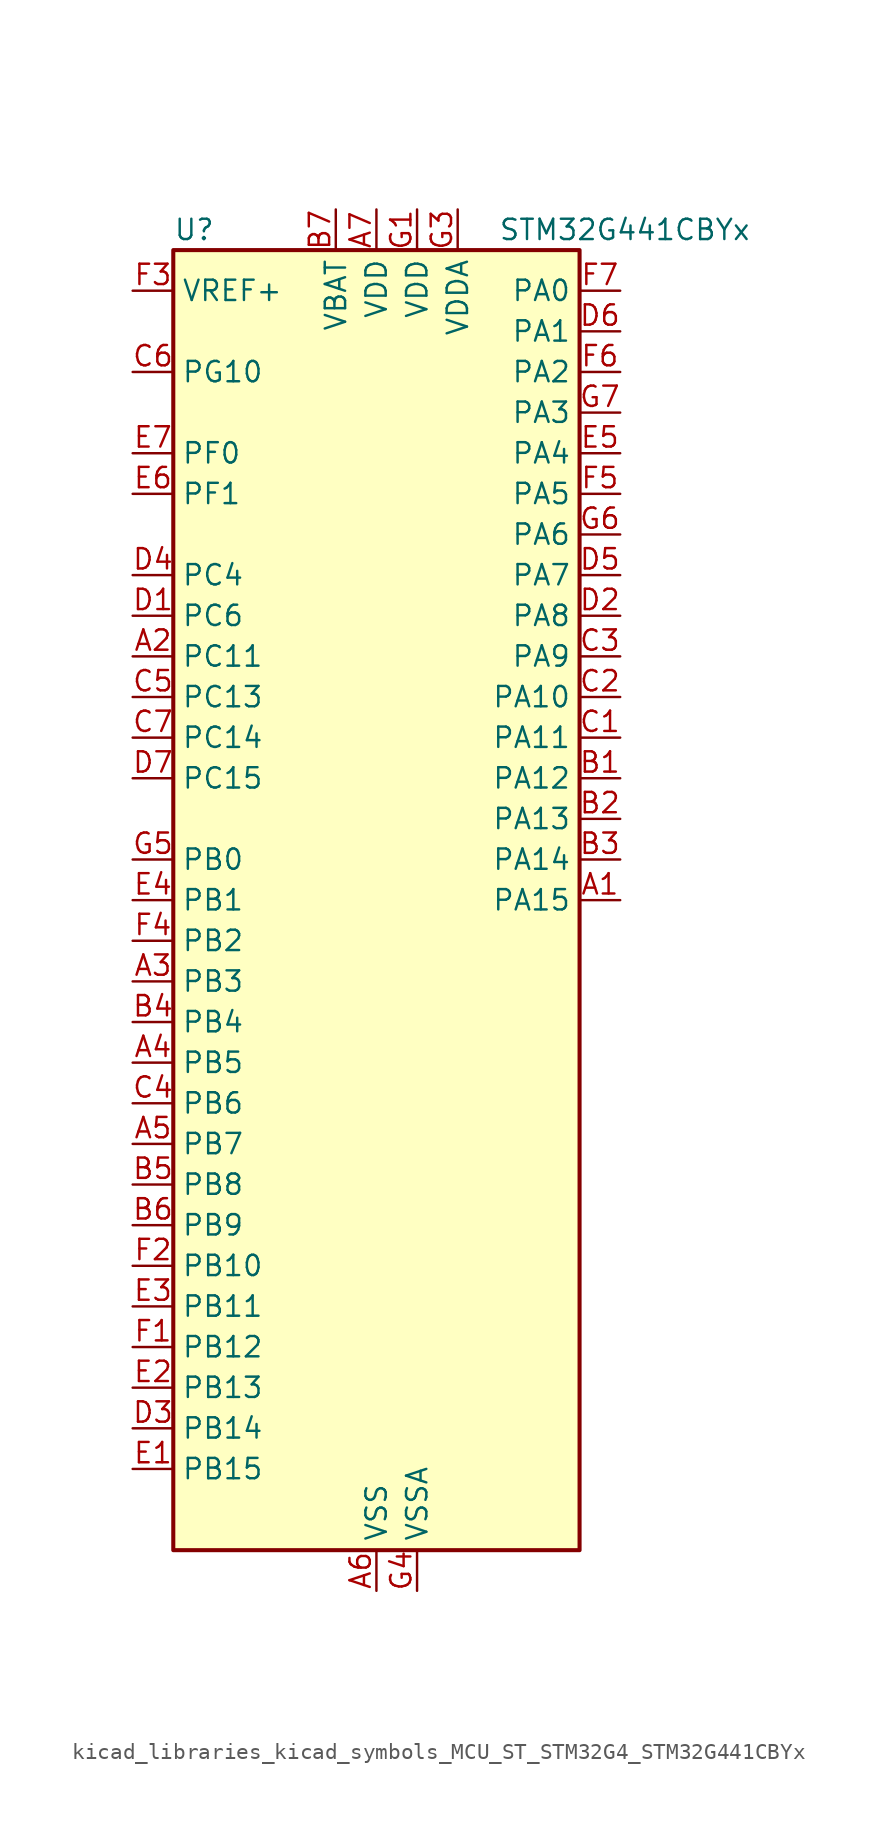
<source format=kicad_sym>
(kicad_symbol_lib
  (version 20220914)
  (generator kicad_symbol_editor)
  (symbol "kicad_libraries_kicad_symbols_MCU_ST_STM32G4_STM32G441CBYx"
    (property "Reference" "U"
      (at -12.7 41.91 0)
      (effects (font (size 1.27 1.27)) (justify left)))
    (property "Value" "STM32G441CBYx"
      (at 7.62 41.91 0)
      (effects (font (size 1.27 1.27)) (justify left)))
    (property "ki_locked" ""
      (at 0 0 0)
      (effects (font (size 1.27 1.27))))
    (symbol "kicad_libraries_kicad_symbols_MCU_ST_STM32G4_STM32G441CBYx_0_1"
      (rectangle (start -12.7 -40.64) (end 12.7 40.64) (stroke (width 0.254) (type default)) (fill (type background))))
    (symbol "kicad_libraries_kicad_symbols_MCU_ST_STM32G4_STM32G441CBYx_1_1"
      (pin bidirectional line (at 15.24 0 180) (length 2.54) (name "PA15" (effects (font (size 1.27 1.27)))) (number "A1" (effects (font (size 1.27 1.27)))) (alternate "ADC1_EXTI15" bidirectional line) (alternate "ADC2_EXTI15" bidirectional line) (alternate "I2C1_SCL" bidirectional line) (alternate "I2S3_WS" bidirectional line) (alternate "SPI1_NSS" bidirectional line) (alternate "SPI3_NSS" bidirectional line) (alternate "SYS_JTDI" bidirectional line) (alternate "TIM1_BKIN" bidirectional line) (alternate "TIM2_CH1" bidirectional line) (alternate "TIM2_ETR" bidirectional line) (alternate "TIM8_CH1" bidirectional line) (alternate "USART2_RX" bidirectional line))
      (pin bidirectional line (at -15.24 15.24 0) (length 2.54) (name "PC11" (effects (font (size 1.27 1.27)))) (number "A2" (effects (font (size 1.27 1.27)))) (alternate "ADC1_EXTI11" bidirectional line) (alternate "ADC2_EXTI11" bidirectional line) (alternate "I2C3_SDA" bidirectional line) (alternate "SPI3_MISO" bidirectional line) (alternate "TIM8_CH2N" bidirectional line) (alternate "USART3_RX" bidirectional line))
      (pin bidirectional line (at -15.24 -5.08 0) (length 2.54) (name "PB3" (effects (font (size 1.27 1.27)))) (number "A3" (effects (font (size 1.27 1.27)))) (alternate "CRS_SYNC" bidirectional line) (alternate "I2S3_CK" bidirectional line) (alternate "SAI1_SCK_B" bidirectional line) (alternate "SPI1_SCK" bidirectional line) (alternate "SPI3_SCK" bidirectional line) (alternate "SYS_JTDO-SWO" bidirectional line) (alternate "TIM2_CH2" bidirectional line) (alternate "TIM3_ETR" bidirectional line) (alternate "TIM4_ETR" bidirectional line) (alternate "TIM8_CH1N" bidirectional line) (alternate "USART2_TX" bidirectional line))
      (pin bidirectional line (at -15.24 -10.16 0) (length 2.54) (name "PB5" (effects (font (size 1.27 1.27)))) (number "A4" (effects (font (size 1.27 1.27)))) (alternate "I2C1_SMBA" bidirectional line) (alternate "I2C3_SDA" bidirectional line) (alternate "I2S3_SD" bidirectional line) (alternate "LPTIM1_IN1" bidirectional line) (alternate "SAI1_SD_B" bidirectional line) (alternate "SPI1_MOSI" bidirectional line) (alternate "SPI3_MOSI" bidirectional line) (alternate "TIM16_BKIN" bidirectional line) (alternate "TIM17_CH1" bidirectional line) (alternate "TIM3_CH2" bidirectional line) (alternate "TIM8_CH3N" bidirectional line) (alternate "USART2_CK" bidirectional line))
      (pin bidirectional line (at -15.24 -15.24 0) (length 2.54) (name "PB7" (effects (font (size 1.27 1.27)))) (number "A5" (effects (font (size 1.27 1.27)))) (alternate "COMP3_OUT" bidirectional line) (alternate "I2C1_SDA" bidirectional line) (alternate "LPTIM1_IN2" bidirectional line) (alternate "SYS_PVD_IN" bidirectional line) (alternate "TIM17_CH1N" bidirectional line) (alternate "TIM3_CH4" bidirectional line) (alternate "TIM4_CH2" bidirectional line) (alternate "TIM8_BKIN" bidirectional line) (alternate "USART1_RX" bidirectional line))
      (pin power_in line (at 0 -43.18 90) (length 2.54) (name "VSS" (effects (font (size 1.27 1.27)))) (number "A6" (effects (font (size 1.27 1.27)))))
      (pin power_in line (at 0 43.18 270) (length 2.54) (name "VDD" (effects (font (size 1.27 1.27)))) (number "A7" (effects (font (size 1.27 1.27)))))
      (pin bidirectional line (at 15.24 7.62 180) (length 2.54) (name "PA12" (effects (font (size 1.27 1.27)))) (number "B1" (effects (font (size 1.27 1.27)))) (alternate "COMP2_OUT" bidirectional line) (alternate "FDCAN1_TX" bidirectional line) (alternate "I2S_CKIN" bidirectional line) (alternate "TIM16_CH1" bidirectional line) (alternate "TIM1_CH2N" bidirectional line) (alternate "TIM1_ETR" bidirectional line) (alternate "TIM4_CH2" bidirectional line) (alternate "USART1_DE" bidirectional line) (alternate "USART1_RTS" bidirectional line) (alternate "USB_DP" bidirectional line))
      (pin bidirectional line (at 15.24 5.08 180) (length 2.54) (name "PA13" (effects (font (size 1.27 1.27)))) (number "B2" (effects (font (size 1.27 1.27)))) (alternate "I2C1_SCL" bidirectional line) (alternate "IR_OUT" bidirectional line) (alternate "SAI1_SD_B" bidirectional line) (alternate "SYS_JTMS-SWDIO" bidirectional line) (alternate "TIM16_CH1N" bidirectional line) (alternate "TIM4_CH3" bidirectional line) (alternate "USART3_CTS" bidirectional line) (alternate "USART3_NSS" bidirectional line))
      (pin bidirectional line (at 15.24 2.54 180) (length 2.54) (name "PA14" (effects (font (size 1.27 1.27)))) (number "B3" (effects (font (size 1.27 1.27)))) (alternate "I2C1_SDA" bidirectional line) (alternate "LPTIM1_OUT" bidirectional line) (alternate "SAI1_FS_B" bidirectional line) (alternate "SYS_JTCK-SWCLK" bidirectional line) (alternate "TIM1_BKIN" bidirectional line) (alternate "TIM8_CH2" bidirectional line) (alternate "USART2_TX" bidirectional line))
      (pin bidirectional line (at -15.24 -7.62 0) (length 2.54) (name "PB4" (effects (font (size 1.27 1.27)))) (number "B4" (effects (font (size 1.27 1.27)))) (alternate "SAI1_MCLK_B" bidirectional line) (alternate "SPI1_MISO" bidirectional line) (alternate "SPI3_MISO" bidirectional line) (alternate "SYS_JTRST" bidirectional line) (alternate "TIM16_CH1" bidirectional line) (alternate "TIM17_BKIN" bidirectional line) (alternate "TIM3_CH1" bidirectional line) (alternate "TIM8_CH2N" bidirectional line) (alternate "UCPD1_CC2" bidirectional line) (alternate "USART2_RX" bidirectional line))
      (pin bidirectional line (at -15.24 -17.78 0) (length 2.54) (name "PB8" (effects (font (size 1.27 1.27)))) (number "B5" (effects (font (size 1.27 1.27)))) (alternate "COMP1_OUT" bidirectional line) (alternate "FDCAN1_RX" bidirectional line) (alternate "I2C1_SCL" bidirectional line) (alternate "SAI1_CK1" bidirectional line) (alternate "SAI1_MCLK_A" bidirectional line) (alternate "TIM16_CH1" bidirectional line) (alternate "TIM1_BKIN" bidirectional line) (alternate "TIM4_CH3" bidirectional line) (alternate "TIM8_CH2" bidirectional line) (alternate "USART3_RX" bidirectional line))
      (pin bidirectional line (at -15.24 -20.32 0) (length 2.54) (name "PB9" (effects (font (size 1.27 1.27)))) (number "B6" (effects (font (size 1.27 1.27)))) (alternate "COMP2_OUT" bidirectional line) (alternate "DAC1_EXTI9" bidirectional line) (alternate "DAC3_EXTI9" bidirectional line) (alternate "FDCAN1_TX" bidirectional line) (alternate "I2C1_SDA" bidirectional line) (alternate "IR_OUT" bidirectional line) (alternate "SAI1_D2" bidirectional line) (alternate "SAI1_FS_A" bidirectional line) (alternate "TIM17_CH1" bidirectional line) (alternate "TIM1_CH3N" bidirectional line) (alternate "TIM4_CH4" bidirectional line) (alternate "TIM8_CH3" bidirectional line) (alternate "USART3_TX" bidirectional line))
      (pin power_in line (at -2.54 43.18 270) (length 2.54) (name "VBAT" (effects (font (size 1.27 1.27)))) (number "B7" (effects (font (size 1.27 1.27)))))
      (pin bidirectional line (at 15.24 10.16 180) (length 2.54) (name "PA11" (effects (font (size 1.27 1.27)))) (number "C1" (effects (font (size 1.27 1.27)))) (alternate "ADC1_EXTI11" bidirectional line) (alternate "ADC2_EXTI11" bidirectional line) (alternate "COMP1_OUT" bidirectional line) (alternate "FDCAN1_RX" bidirectional line) (alternate "I2S2_SD" bidirectional line) (alternate "SPI2_MOSI" bidirectional line) (alternate "TIM1_BKIN2" bidirectional line) (alternate "TIM1_CH1N" bidirectional line) (alternate "TIM1_CH4" bidirectional line) (alternate "TIM4_CH1" bidirectional line) (alternate "USART1_CTS" bidirectional line) (alternate "USART1_NSS" bidirectional line) (alternate "USB_DM" bidirectional line))
      (pin bidirectional line (at 15.24 12.7 180) (length 2.54) (name "PA10" (effects (font (size 1.27 1.27)))) (number "C2" (effects (font (size 1.27 1.27)))) (alternate "CRS_SYNC" bidirectional line) (alternate "DAC1_EXTI10" bidirectional line) (alternate "DAC3_EXTI10" bidirectional line) (alternate "I2C2_SMBA" bidirectional line) (alternate "SAI1_D1" bidirectional line) (alternate "SAI1_SD_A" bidirectional line) (alternate "SPI2_MISO" bidirectional line) (alternate "TIM17_BKIN" bidirectional line) (alternate "TIM1_CH3" bidirectional line) (alternate "TIM2_CH4" bidirectional line) (alternate "TIM8_BKIN" bidirectional line) (alternate "UCPD1_DBCC2" bidirectional line) (alternate "USART1_RX" bidirectional line))
      (pin bidirectional line (at 15.24 15.24 180) (length 2.54) (name "PA9" (effects (font (size 1.27 1.27)))) (number "C3" (effects (font (size 1.27 1.27)))) (alternate "DAC1_EXTI9" bidirectional line) (alternate "DAC3_EXTI9" bidirectional line) (alternate "I2C2_SCL" bidirectional line) (alternate "I2C3_SMBA" bidirectional line) (alternate "I2S3_MCK" bidirectional line) (alternate "SAI1_FS_A" bidirectional line) (alternate "TIM15_BKIN" bidirectional line) (alternate "TIM1_CH2" bidirectional line) (alternate "TIM2_CH3" bidirectional line) (alternate "UCPD1_DBCC1" bidirectional line) (alternate "USART1_TX" bidirectional line))
      (pin bidirectional line (at -15.24 -12.7 0) (length 2.54) (name "PB6" (effects (font (size 1.27 1.27)))) (number "C4" (effects (font (size 1.27 1.27)))) (alternate "COMP4_OUT" bidirectional line) (alternate "LPTIM1_ETR" bidirectional line) (alternate "SAI1_FS_B" bidirectional line) (alternate "TIM16_CH1N" bidirectional line) (alternate "TIM4_CH1" bidirectional line) (alternate "TIM8_BKIN2" bidirectional line) (alternate "TIM8_CH1" bidirectional line) (alternate "TIM8_ETR" bidirectional line) (alternate "UCPD1_CC1" bidirectional line) (alternate "USART1_TX" bidirectional line))
      (pin bidirectional line (at -15.24 12.7 0) (length 2.54) (name "PC13" (effects (font (size 1.27 1.27)))) (number "C5" (effects (font (size 1.27 1.27)))) (alternate "RTC_OUT1" bidirectional line) (alternate "RTC_TAMP1" bidirectional line) (alternate "RTC_TS" bidirectional line) (alternate "SYS_WKUP2" bidirectional line) (alternate "TIM1_BKIN" bidirectional line) (alternate "TIM1_CH1N" bidirectional line) (alternate "TIM8_CH4N" bidirectional line))
      (pin bidirectional line (at -15.24 33.02 0) (length 2.54) (name "PG10" (effects (font (size 1.27 1.27)))) (number "C6" (effects (font (size 1.27 1.27)))) (alternate "DAC1_EXTI10" bidirectional line) (alternate "DAC3_EXTI10" bidirectional line) (alternate "RCC_MCO" bidirectional line))
      (pin bidirectional line (at -15.24 10.16 0) (length 2.54) (name "PC14" (effects (font (size 1.27 1.27)))) (number "C7" (effects (font (size 1.27 1.27)))) (alternate "RCC_OSC32_IN" bidirectional line))
      (pin bidirectional line (at -15.24 17.78 0) (length 2.54) (name "PC6" (effects (font (size 1.27 1.27)))) (number "D1" (effects (font (size 1.27 1.27)))) (alternate "I2S2_MCK" bidirectional line) (alternate "TIM3_CH1" bidirectional line) (alternate "TIM8_CH1" bidirectional line))
      (pin bidirectional line (at 15.24 17.78 180) (length 2.54) (name "PA8" (effects (font (size 1.27 1.27)))) (number "D2" (effects (font (size 1.27 1.27)))) (alternate "I2C2_SDA" bidirectional line) (alternate "I2C3_SCL" bidirectional line) (alternate "I2S2_MCK" bidirectional line) (alternate "RCC_MCO" bidirectional line) (alternate "SAI1_CK2" bidirectional line) (alternate "SAI1_SCK_A" bidirectional line) (alternate "TIM1_CH1" bidirectional line) (alternate "TIM4_ETR" bidirectional line) (alternate "USART1_CK" bidirectional line))
      (pin bidirectional line (at -15.24 -33.02 0) (length 2.54) (name "PB14" (effects (font (size 1.27 1.27)))) (number "D3" (effects (font (size 1.27 1.27)))) (alternate "ADC1_IN5" bidirectional line) (alternate "COMP4_OUT" bidirectional line) (alternate "OPAMP2_VINP" bidirectional line) (alternate "OPAMP2_VINP_SEC" bidirectional line) (alternate "SPI2_MISO" bidirectional line) (alternate "TIM15_CH1" bidirectional line) (alternate "TIM1_CH2N" bidirectional line) (alternate "USART3_DE" bidirectional line) (alternate "USART3_RTS" bidirectional line))
      (pin bidirectional line (at -15.24 20.32 0) (length 2.54) (name "PC4" (effects (font (size 1.27 1.27)))) (number "D4" (effects (font (size 1.27 1.27)))) (alternate "ADC2_IN5" bidirectional line) (alternate "I2C2_SCL" bidirectional line) (alternate "TIM1_ETR" bidirectional line) (alternate "USART1_TX" bidirectional line))
      (pin bidirectional line (at 15.24 20.32 180) (length 2.54) (name "PA7" (effects (font (size 1.27 1.27)))) (number "D5" (effects (font (size 1.27 1.27)))) (alternate "ADC2_IN4" bidirectional line) (alternate "COMP2_INP" bidirectional line) (alternate "COMP2_OUT" bidirectional line) (alternate "OPAMP1_VINP" bidirectional line) (alternate "OPAMP1_VINP_SEC" bidirectional line) (alternate "OPAMP2_VINP" bidirectional line) (alternate "OPAMP2_VINP_SEC" bidirectional line) (alternate "SPI1_MOSI" bidirectional line) (alternate "TIM17_CH1" bidirectional line) (alternate "TIM1_CH1N" bidirectional line) (alternate "TIM3_CH2" bidirectional line) (alternate "TIM8_CH1N" bidirectional line) (alternate "UCPD1_FRSTX1" bidirectional line) (alternate "UCPD1_FRSTX2" bidirectional line))
      (pin bidirectional line (at 15.24 35.56 180) (length 2.54) (name "PA1" (effects (font (size 1.27 1.27)))) (number "D6" (effects (font (size 1.27 1.27)))) (alternate "ADC1_IN2" bidirectional line) (alternate "ADC2_IN2" bidirectional line) (alternate "COMP1_INP" bidirectional line) (alternate "OPAMP1_VINP" bidirectional line) (alternate "OPAMP1_VINP_SEC" bidirectional line) (alternate "OPAMP3_VINP" bidirectional line) (alternate "OPAMP3_VINP_SEC" bidirectional line) (alternate "RTC_REFIN" bidirectional line) (alternate "TIM15_CH1N" bidirectional line) (alternate "TIM2_CH2" bidirectional line) (alternate "USART2_DE" bidirectional line) (alternate "USART2_RTS" bidirectional line))
      (pin bidirectional line (at -15.24 7.62 0) (length 2.54) (name "PC15" (effects (font (size 1.27 1.27)))) (number "D7" (effects (font (size 1.27 1.27)))) (alternate "ADC1_EXTI15" bidirectional line) (alternate "ADC2_EXTI15" bidirectional line) (alternate "RCC_OSC32_OUT" bidirectional line))
      (pin bidirectional line (at -15.24 -35.56 0) (length 2.54) (name "PB15" (effects (font (size 1.27 1.27)))) (number "E1" (effects (font (size 1.27 1.27)))) (alternate "ADC1_EXTI15" bidirectional line) (alternate "ADC2_EXTI15" bidirectional line) (alternate "ADC2_IN15" bidirectional line) (alternate "COMP3_OUT" bidirectional line) (alternate "I2S2_SD" bidirectional line) (alternate "RTC_REFIN" bidirectional line) (alternate "SPI2_MOSI" bidirectional line) (alternate "TIM15_CH1N" bidirectional line) (alternate "TIM15_CH2" bidirectional line) (alternate "TIM1_CH3N" bidirectional line))
      (pin bidirectional line (at -15.24 -30.48 0) (length 2.54) (name "PB13" (effects (font (size 1.27 1.27)))) (number "E2" (effects (font (size 1.27 1.27)))) (alternate "I2S2_CK" bidirectional line) (alternate "LPUART1_CTS" bidirectional line) (alternate "OPAMP3_VINP" bidirectional line) (alternate "OPAMP3_VINP_SEC" bidirectional line) (alternate "SPI2_SCK" bidirectional line) (alternate "TIM1_CH1N" bidirectional line) (alternate "USART3_CTS" bidirectional line) (alternate "USART3_NSS" bidirectional line))
      (pin bidirectional line (at -15.24 -25.4 0) (length 2.54) (name "PB11" (effects (font (size 1.27 1.27)))) (number "E3" (effects (font (size 1.27 1.27)))) (alternate "ADC1_EXTI11" bidirectional line) (alternate "ADC1_IN14" bidirectional line) (alternate "ADC2_EXTI11" bidirectional line) (alternate "ADC2_IN14" bidirectional line) (alternate "LPUART1_TX" bidirectional line) (alternate "TIM2_CH4" bidirectional line) (alternate "USART3_RX" bidirectional line))
      (pin bidirectional line (at -15.24 0 0) (length 2.54) (name "PB1" (effects (font (size 1.27 1.27)))) (number "E4" (effects (font (size 1.27 1.27)))) (alternate "ADC1_IN12" bidirectional line) (alternate "COMP1_INP" bidirectional line) (alternate "COMP4_OUT" bidirectional line) (alternate "LPUART1_DE" bidirectional line) (alternate "LPUART1_RTS" bidirectional line) (alternate "OPAMP3_VOUT" bidirectional line) (alternate "TIM1_CH3N" bidirectional line) (alternate "TIM3_CH4" bidirectional line) (alternate "TIM8_CH3N" bidirectional line))
      (pin bidirectional line (at 15.24 27.94 180) (length 2.54) (name "PA4" (effects (font (size 1.27 1.27)))) (number "E5" (effects (font (size 1.27 1.27)))) (alternate "ADC2_IN17" bidirectional line) (alternate "COMP1_INM" bidirectional line) (alternate "DAC1_OUT1" bidirectional line) (alternate "I2S3_WS" bidirectional line) (alternate "SAI1_FS_B" bidirectional line) (alternate "SPI1_NSS" bidirectional line) (alternate "SPI3_NSS" bidirectional line) (alternate "TIM3_CH2" bidirectional line) (alternate "USART2_CK" bidirectional line))
      (pin bidirectional line (at -15.24 25.4 0) (length 2.54) (name "PF1" (effects (font (size 1.27 1.27)))) (number "E6" (effects (font (size 1.27 1.27)))) (alternate "ADC2_IN10" bidirectional line) (alternate "COMP3_INM" bidirectional line) (alternate "I2S2_CK" bidirectional line) (alternate "RCC_OSC_OUT" bidirectional line) (alternate "SPI2_SCK" bidirectional line))
      (pin bidirectional line (at -15.24 27.94 0) (length 2.54) (name "PF0" (effects (font (size 1.27 1.27)))) (number "E7" (effects (font (size 1.27 1.27)))) (alternate "ADC1_IN10" bidirectional line) (alternate "I2C2_SDA" bidirectional line) (alternate "I2S2_WS" bidirectional line) (alternate "RCC_OSC_IN" bidirectional line) (alternate "SPI2_NSS" bidirectional line) (alternate "TIM1_CH3N" bidirectional line))
      (pin bidirectional line (at -15.24 -27.94 0) (length 2.54) (name "PB12" (effects (font (size 1.27 1.27)))) (number "F1" (effects (font (size 1.27 1.27)))) (alternate "ADC1_IN11" bidirectional line) (alternate "I2C2_SMBA" bidirectional line) (alternate "I2S2_WS" bidirectional line) (alternate "LPUART1_DE" bidirectional line) (alternate "LPUART1_RTS" bidirectional line) (alternate "SPI2_NSS" bidirectional line) (alternate "TIM1_BKIN" bidirectional line) (alternate "USART3_CK" bidirectional line))
      (pin bidirectional line (at -15.24 -22.86 0) (length 2.54) (name "PB10" (effects (font (size 1.27 1.27)))) (number "F2" (effects (font (size 1.27 1.27)))) (alternate "DAC1_EXTI10" bidirectional line) (alternate "DAC3_EXTI10" bidirectional line) (alternate "LPUART1_RX" bidirectional line) (alternate "OPAMP3_VINM" bidirectional line) (alternate "OPAMP3_VINM1" bidirectional line) (alternate "OPAMP3_VINM_SEC" bidirectional line) (alternate "SAI1_SCK_A" bidirectional line) (alternate "TIM1_BKIN" bidirectional line) (alternate "TIM2_CH3" bidirectional line) (alternate "USART3_TX" bidirectional line))
      (pin input line (at -15.24 38.1 0) (length 2.54) (name "VREF+" (effects (font (size 1.27 1.27)))) (number "F3" (effects (font (size 1.27 1.27)))) (alternate "VREFBUF_OUT" bidirectional line))
      (pin bidirectional line (at -15.24 -2.54 0) (length 2.54) (name "PB2" (effects (font (size 1.27 1.27)))) (number "F4" (effects (font (size 1.27 1.27)))) (alternate "ADC2_IN12" bidirectional line) (alternate "COMP4_INM" bidirectional line) (alternate "I2C3_SMBA" bidirectional line) (alternate "LPTIM1_OUT" bidirectional line) (alternate "OPAMP3_VINM" bidirectional line) (alternate "OPAMP3_VINM0" bidirectional line) (alternate "OPAMP3_VINM_SEC" bidirectional line) (alternate "RTC_OUT2" bidirectional line))
      (pin bidirectional line (at 15.24 25.4 180) (length 2.54) (name "PA5" (effects (font (size 1.27 1.27)))) (number "F5" (effects (font (size 1.27 1.27)))) (alternate "ADC2_IN13" bidirectional line) (alternate "COMP2_INM" bidirectional line) (alternate "DAC1_OUT2" bidirectional line) (alternate "OPAMP2_VINM" bidirectional line) (alternate "OPAMP2_VINM0" bidirectional line) (alternate "OPAMP2_VINM_SEC" bidirectional line) (alternate "SPI1_SCK" bidirectional line) (alternate "TIM2_CH1" bidirectional line) (alternate "TIM2_ETR" bidirectional line) (alternate "UCPD1_FRSTX1" bidirectional line) (alternate "UCPD1_FRSTX2" bidirectional line))
      (pin bidirectional line (at 15.24 33.02 180) (length 2.54) (name "PA2" (effects (font (size 1.27 1.27)))) (number "F6" (effects (font (size 1.27 1.27)))) (alternate "ADC1_IN3" bidirectional line) (alternate "COMP2_INM" bidirectional line) (alternate "COMP2_OUT" bidirectional line) (alternate "LPUART1_TX" bidirectional line) (alternate "OPAMP1_VOUT" bidirectional line) (alternate "RCC_LSCO" bidirectional line) (alternate "SYS_WKUP4" bidirectional line) (alternate "TIM15_CH1" bidirectional line) (alternate "TIM2_CH3" bidirectional line) (alternate "UCPD1_FRSTX1" bidirectional line) (alternate "UCPD1_FRSTX2" bidirectional line) (alternate "USART2_TX" bidirectional line))
      (pin bidirectional line (at 15.24 38.1 180) (length 2.54) (name "PA0" (effects (font (size 1.27 1.27)))) (number "F7" (effects (font (size 1.27 1.27)))) (alternate "ADC1_IN1" bidirectional line) (alternate "ADC2_IN1" bidirectional line) (alternate "COMP1_INM" bidirectional line) (alternate "COMP1_OUT" bidirectional line) (alternate "COMP3_INP" bidirectional line) (alternate "RTC_TAMP2" bidirectional line) (alternate "SYS_WKUP1" bidirectional line) (alternate "TIM2_CH1" bidirectional line) (alternate "TIM2_ETR" bidirectional line) (alternate "TIM8_BKIN" bidirectional line) (alternate "TIM8_ETR" bidirectional line) (alternate "USART2_CTS" bidirectional line) (alternate "USART2_NSS" bidirectional line))
      (pin power_in line (at 2.54 43.18 270) (length 2.54) (name "VDD" (effects (font (size 1.27 1.27)))) (number "G1" (effects (font (size 1.27 1.27)))))
      (pin passive line (at 0 -43.18 90) (length 2.54) hide (name "VSS" (effects (font (size 1.27 1.27)))) (number "G2" (effects (font (size 1.27 1.27)))))
      (pin power_in line (at 5.08 43.18 270) (length 2.54) (name "VDDA" (effects (font (size 1.27 1.27)))) (number "G3" (effects (font (size 1.27 1.27)))))
      (pin power_in line (at 2.54 -43.18 90) (length 2.54) (name "VSSA" (effects (font (size 1.27 1.27)))) (number "G4" (effects (font (size 1.27 1.27)))))
      (pin bidirectional line (at -15.24 2.54 0) (length 2.54) (name "PB0" (effects (font (size 1.27 1.27)))) (number "G5" (effects (font (size 1.27 1.27)))) (alternate "ADC1_IN15" bidirectional line) (alternate "COMP4_INP" bidirectional line) (alternate "OPAMP2_VINP" bidirectional line) (alternate "OPAMP2_VINP_SEC" bidirectional line) (alternate "OPAMP3_VINP" bidirectional line) (alternate "OPAMP3_VINP_SEC" bidirectional line) (alternate "TIM1_CH2N" bidirectional line) (alternate "TIM3_CH3" bidirectional line) (alternate "TIM8_CH2N" bidirectional line) (alternate "UCPD1_FRSTX1" bidirectional line) (alternate "UCPD1_FRSTX2" bidirectional line))
      (pin bidirectional line (at 15.24 22.86 180) (length 2.54) (name "PA6" (effects (font (size 1.27 1.27)))) (number "G6" (effects (font (size 1.27 1.27)))) (alternate "ADC2_IN3" bidirectional line) (alternate "COMP1_OUT" bidirectional line) (alternate "LPUART1_CTS" bidirectional line) (alternate "OPAMP2_VOUT" bidirectional line) (alternate "SPI1_MISO" bidirectional line) (alternate "TIM16_CH1" bidirectional line) (alternate "TIM1_BKIN" bidirectional line) (alternate "TIM3_CH1" bidirectional line) (alternate "TIM8_BKIN" bidirectional line))
      (pin bidirectional line (at 15.24 30.48 180) (length 2.54) (name "PA3" (effects (font (size 1.27 1.27)))) (number "G7" (effects (font (size 1.27 1.27)))) (alternate "ADC1_IN4" bidirectional line) (alternate "COMP2_INP" bidirectional line) (alternate "LPUART1_RX" bidirectional line) (alternate "OPAMP1_VINM" bidirectional line) (alternate "OPAMP1_VINM0" bidirectional line) (alternate "OPAMP1_VINM_SEC" bidirectional line) (alternate "OPAMP1_VINP" bidirectional line) (alternate "OPAMP1_VINP_SEC" bidirectional line) (alternate "SAI1_CK1" bidirectional line) (alternate "SAI1_MCLK_A" bidirectional line) (alternate "TIM15_CH2" bidirectional line) (alternate "TIM2_CH4" bidirectional line) (alternate "USART2_RX" bidirectional line)))))
</source>
